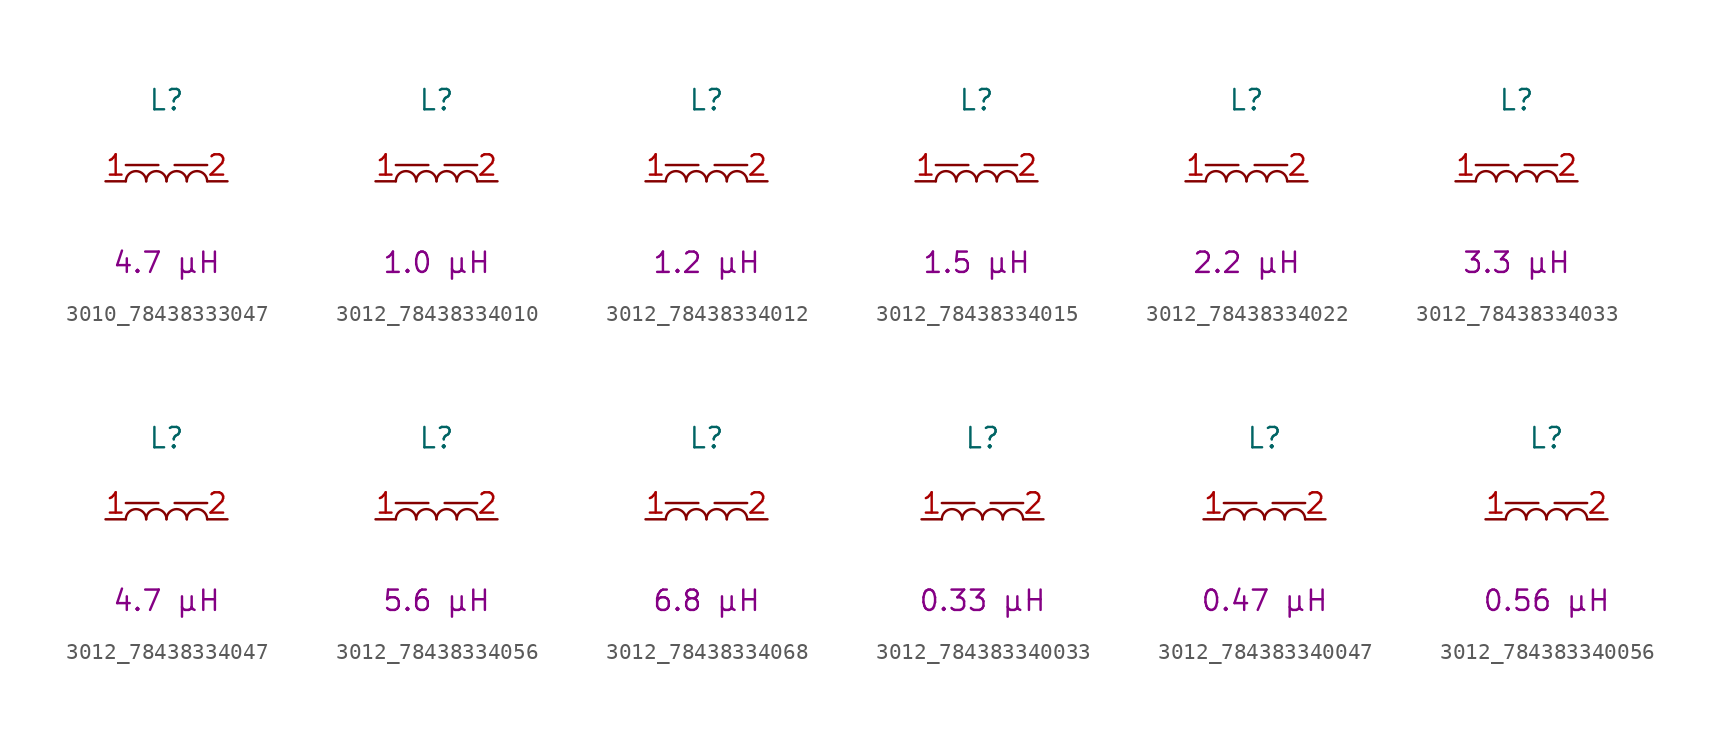
<source format=kicad_sym>
(kicad_symbol_lib
  (version 20220914)
  (generator kicad_symbol_editor)
  (symbol "3010_78438333047"
    (pin_names hide)
    (property "Reference" "L"
      (at 0 5.08 0)
      (effects (font (size 1.27 1.27))))
    (property "Critical Parameter" "4.7 µH"
      (at 0 -5.08 0)
      (effects (font (size 1.27 1.27))))
    (symbol "3010_78438333047_0_1"
      (arc (start -1.27 0) (mid -1.905 0.6323) (end -2.54 0) (stroke (width 0) (type default)) (fill (type none)))
      (arc (start 0 0) (mid -0.635 0.6323) (end -1.27 0) (stroke (width 0) (type default)) (fill (type none)))
      (polyline (pts (xy -2.54 1.016) (xy -0.508 1.016)) (stroke (width 0) (type default)) (fill (type none)))
      (arc (start 1.27 0) (mid 0.635 0.6323) (end 0 0) (stroke (width 0) (type default)) (fill (type none)))
      (arc (start 2.54 0) (mid 1.905 0.6323) (end 1.27 0) (stroke (width 0) (type default)) (fill (type none))))
    (symbol "3010_78438333047_1_1"
      (polyline (pts (xy 2.54 1.016) (xy 0.508 1.016)) (stroke (width 0) (type default)) (fill (type none)))
      (pin passive line (at -3.81 0 0) (length 1.27) (name "1" (effects (font (size 1.27 1.27)))) (number "1" (effects (font (size 1.27 1.27)))))
      (pin passive line (at 3.81 0 180) (length 1.27) (name "2" (effects (font (size 1.27 1.27)))) (number "2" (effects (font (size 1.27 1.27)))))))
  (symbol "3012_78438334010"
    (pin_names hide)
    (property "Reference" "L"
      (at 0 5.08 0)
      (effects (font (size 1.27 1.27))))
    (property "Critical Parameter" "1.0 µH"
      (at 0 -5.08 0)
      (effects (font (size 1.27 1.27))))
    (symbol "3012_78438334010_0_1"
      (arc (start -1.27 0) (mid -1.905 0.6323) (end -2.54 0) (stroke (width 0) (type default)) (fill (type none)))
      (arc (start 0 0) (mid -0.635 0.6323) (end -1.27 0) (stroke (width 0) (type default)) (fill (type none)))
      (polyline (pts (xy -2.54 1.016) (xy -0.508 1.016)) (stroke (width 0) (type default)) (fill (type none)))
      (arc (start 1.27 0) (mid 0.635 0.6323) (end 0 0) (stroke (width 0) (type default)) (fill (type none)))
      (arc (start 2.54 0) (mid 1.905 0.6323) (end 1.27 0) (stroke (width 0) (type default)) (fill (type none))))
    (symbol "3012_78438334010_1_1"
      (polyline (pts (xy 2.54 1.016) (xy 0.508 1.016)) (stroke (width 0) (type default)) (fill (type none)))
      (pin passive line (at -3.81 0 0) (length 1.27) (name "1" (effects (font (size 1.27 1.27)))) (number "1" (effects (font (size 1.27 1.27)))))
      (pin passive line (at 3.81 0 180) (length 1.27) (name "2" (effects (font (size 1.27 1.27)))) (number "2" (effects (font (size 1.27 1.27)))))))
  (symbol "3012_78438334012"
    (pin_names hide)
    (property "Reference" "L"
      (at 0 5.08 0)
      (effects (font (size 1.27 1.27))))
    (property "Critical Parameter" "1.2 µH"
      (at 0 -5.08 0)
      (effects (font (size 1.27 1.27))))
    (symbol "3012_78438334012_0_1"
      (arc (start -1.27 0) (mid -1.905 0.6323) (end -2.54 0) (stroke (width 0) (type default)) (fill (type none)))
      (arc (start 0 0) (mid -0.635 0.6323) (end -1.27 0) (stroke (width 0) (type default)) (fill (type none)))
      (polyline (pts (xy -2.54 1.016) (xy -0.508 1.016)) (stroke (width 0) (type default)) (fill (type none)))
      (arc (start 1.27 0) (mid 0.635 0.6323) (end 0 0) (stroke (width 0) (type default)) (fill (type none)))
      (arc (start 2.54 0) (mid 1.905 0.6323) (end 1.27 0) (stroke (width 0) (type default)) (fill (type none))))
    (symbol "3012_78438334012_1_1"
      (polyline (pts (xy 2.54 1.016) (xy 0.508 1.016)) (stroke (width 0) (type default)) (fill (type none)))
      (pin passive line (at -3.81 0 0) (length 1.27) (name "1" (effects (font (size 1.27 1.27)))) (number "1" (effects (font (size 1.27 1.27)))))
      (pin passive line (at 3.81 0 180) (length 1.27) (name "2" (effects (font (size 1.27 1.27)))) (number "2" (effects (font (size 1.27 1.27)))))))
  (symbol "3012_78438334015"
    (pin_names hide)
    (property "Reference" "L"
      (at 0 5.08 0)
      (effects (font (size 1.27 1.27))))
    (property "Critical Parameter" "1.5 µH"
      (at 0 -5.08 0)
      (effects (font (size 1.27 1.27))))
    (symbol "3012_78438334015_0_1"
      (arc (start -1.27 0) (mid -1.905 0.6323) (end -2.54 0) (stroke (width 0) (type default)) (fill (type none)))
      (arc (start 0 0) (mid -0.635 0.6323) (end -1.27 0) (stroke (width 0) (type default)) (fill (type none)))
      (polyline (pts (xy -2.54 1.016) (xy -0.508 1.016)) (stroke (width 0) (type default)) (fill (type none)))
      (arc (start 1.27 0) (mid 0.635 0.6323) (end 0 0) (stroke (width 0) (type default)) (fill (type none)))
      (arc (start 2.54 0) (mid 1.905 0.6323) (end 1.27 0) (stroke (width 0) (type default)) (fill (type none))))
    (symbol "3012_78438334015_1_1"
      (polyline (pts (xy 2.54 1.016) (xy 0.508 1.016)) (stroke (width 0) (type default)) (fill (type none)))
      (pin passive line (at -3.81 0 0) (length 1.27) (name "1" (effects (font (size 1.27 1.27)))) (number "1" (effects (font (size 1.27 1.27)))))
      (pin passive line (at 3.81 0 180) (length 1.27) (name "2" (effects (font (size 1.27 1.27)))) (number "2" (effects (font (size 1.27 1.27)))))))
  (symbol "3012_78438334022"
    (pin_names hide)
    (property "Reference" "L"
      (at 0 5.08 0)
      (effects (font (size 1.27 1.27))))
    (property "Critical Parameter" "2.2 µH"
      (at 0 -5.08 0)
      (effects (font (size 1.27 1.27))))
    (symbol "3012_78438334022_0_1"
      (arc (start -1.27 0) (mid -1.905 0.6323) (end -2.54 0) (stroke (width 0) (type default)) (fill (type none)))
      (arc (start 0 0) (mid -0.635 0.6323) (end -1.27 0) (stroke (width 0) (type default)) (fill (type none)))
      (polyline (pts (xy -2.54 1.016) (xy -0.508 1.016)) (stroke (width 0) (type default)) (fill (type none)))
      (arc (start 1.27 0) (mid 0.635 0.6323) (end 0 0) (stroke (width 0) (type default)) (fill (type none)))
      (arc (start 2.54 0) (mid 1.905 0.6323) (end 1.27 0) (stroke (width 0) (type default)) (fill (type none))))
    (symbol "3012_78438334022_1_1"
      (polyline (pts (xy 2.54 1.016) (xy 0.508 1.016)) (stroke (width 0) (type default)) (fill (type none)))
      (pin passive line (at -3.81 0 0) (length 1.27) (name "1" (effects (font (size 1.27 1.27)))) (number "1" (effects (font (size 1.27 1.27)))))
      (pin passive line (at 3.81 0 180) (length 1.27) (name "2" (effects (font (size 1.27 1.27)))) (number "2" (effects (font (size 1.27 1.27)))))))
  (symbol "3012_78438334033"
    (pin_names hide)
    (property "Reference" "L"
      (at 0 5.08 0)
      (effects (font (size 1.27 1.27))))
    (property "Critical Parameter" "3.3 µH"
      (at 0 -5.08 0)
      (effects (font (size 1.27 1.27))))
    (symbol "3012_78438334033_0_1"
      (arc (start -1.27 0) (mid -1.905 0.6323) (end -2.54 0) (stroke (width 0) (type default)) (fill (type none)))
      (arc (start 0 0) (mid -0.635 0.6323) (end -1.27 0) (stroke (width 0) (type default)) (fill (type none)))
      (polyline (pts (xy -2.54 1.016) (xy -0.508 1.016)) (stroke (width 0) (type default)) (fill (type none)))
      (arc (start 1.27 0) (mid 0.635 0.6323) (end 0 0) (stroke (width 0) (type default)) (fill (type none)))
      (arc (start 2.54 0) (mid 1.905 0.6323) (end 1.27 0) (stroke (width 0) (type default)) (fill (type none))))
    (symbol "3012_78438334033_1_1"
      (polyline (pts (xy 2.54 1.016) (xy 0.508 1.016)) (stroke (width 0) (type default)) (fill (type none)))
      (pin passive line (at -3.81 0 0) (length 1.27) (name "1" (effects (font (size 1.27 1.27)))) (number "1" (effects (font (size 1.27 1.27)))))
      (pin passive line (at 3.81 0 180) (length 1.27) (name "2" (effects (font (size 1.27 1.27)))) (number "2" (effects (font (size 1.27 1.27)))))))
  (symbol "3012_78438334047"
    (pin_names hide)
    (property "Reference" "L"
      (at 0 5.08 0)
      (effects (font (size 1.27 1.27))))
    (property "Critical Parameter" "4.7 µH"
      (at 0 -5.08 0)
      (effects (font (size 1.27 1.27))))
    (symbol "3012_78438334047_0_1"
      (arc (start -1.27 0) (mid -1.905 0.6323) (end -2.54 0) (stroke (width 0) (type default)) (fill (type none)))
      (arc (start 0 0) (mid -0.635 0.6323) (end -1.27 0) (stroke (width 0) (type default)) (fill (type none)))
      (polyline (pts (xy -2.54 1.016) (xy -0.508 1.016)) (stroke (width 0) (type default)) (fill (type none)))
      (arc (start 1.27 0) (mid 0.635 0.6323) (end 0 0) (stroke (width 0) (type default)) (fill (type none)))
      (arc (start 2.54 0) (mid 1.905 0.6323) (end 1.27 0) (stroke (width 0) (type default)) (fill (type none))))
    (symbol "3012_78438334047_1_1"
      (polyline (pts (xy 2.54 1.016) (xy 0.508 1.016)) (stroke (width 0) (type default)) (fill (type none)))
      (pin passive line (at -3.81 0 0) (length 1.27) (name "1" (effects (font (size 1.27 1.27)))) (number "1" (effects (font (size 1.27 1.27)))))
      (pin passive line (at 3.81 0 180) (length 1.27) (name "2" (effects (font (size 1.27 1.27)))) (number "2" (effects (font (size 1.27 1.27)))))))
  (symbol "3012_78438334056"
    (pin_names hide)
    (property "Reference" "L"
      (at 0 5.08 0)
      (effects (font (size 1.27 1.27))))
    (property "Critical Parameter" "5.6 µH"
      (at 0 -5.08 0)
      (effects (font (size 1.27 1.27))))
    (symbol "3012_78438334056_0_1"
      (arc (start -1.27 0) (mid -1.905 0.6323) (end -2.54 0) (stroke (width 0) (type default)) (fill (type none)))
      (arc (start 0 0) (mid -0.635 0.6323) (end -1.27 0) (stroke (width 0) (type default)) (fill (type none)))
      (polyline (pts (xy -2.54 1.016) (xy -0.508 1.016)) (stroke (width 0) (type default)) (fill (type none)))
      (arc (start 1.27 0) (mid 0.635 0.6323) (end 0 0) (stroke (width 0) (type default)) (fill (type none)))
      (arc (start 2.54 0) (mid 1.905 0.6323) (end 1.27 0) (stroke (width 0) (type default)) (fill (type none))))
    (symbol "3012_78438334056_1_1"
      (polyline (pts (xy 2.54 1.016) (xy 0.508 1.016)) (stroke (width 0) (type default)) (fill (type none)))
      (pin passive line (at -3.81 0 0) (length 1.27) (name "1" (effects (font (size 1.27 1.27)))) (number "1" (effects (font (size 1.27 1.27)))))
      (pin passive line (at 3.81 0 180) (length 1.27) (name "2" (effects (font (size 1.27 1.27)))) (number "2" (effects (font (size 1.27 1.27)))))))
  (symbol "3012_78438334068"
    (pin_names hide)
    (property "Reference" "L"
      (at 0 5.08 0)
      (effects (font (size 1.27 1.27))))
    (property "Critical Parameter" "6.8 µH"
      (at 0 -5.08 0)
      (effects (font (size 1.27 1.27))))
    (symbol "3012_78438334068_0_1"
      (arc (start -1.27 0) (mid -1.905 0.6323) (end -2.54 0) (stroke (width 0) (type default)) (fill (type none)))
      (arc (start 0 0) (mid -0.635 0.6323) (end -1.27 0) (stroke (width 0) (type default)) (fill (type none)))
      (polyline (pts (xy -2.54 1.016) (xy -0.508 1.016)) (stroke (width 0) (type default)) (fill (type none)))
      (arc (start 1.27 0) (mid 0.635 0.6323) (end 0 0) (stroke (width 0) (type default)) (fill (type none)))
      (arc (start 2.54 0) (mid 1.905 0.6323) (end 1.27 0) (stroke (width 0) (type default)) (fill (type none))))
    (symbol "3012_78438334068_1_1"
      (polyline (pts (xy 2.54 1.016) (xy 0.508 1.016)) (stroke (width 0) (type default)) (fill (type none)))
      (pin passive line (at -3.81 0 0) (length 1.27) (name "1" (effects (font (size 1.27 1.27)))) (number "1" (effects (font (size 1.27 1.27)))))
      (pin passive line (at 3.81 0 180) (length 1.27) (name "2" (effects (font (size 1.27 1.27)))) (number "2" (effects (font (size 1.27 1.27)))))))
  (symbol "3012_784383340033"
    (pin_names hide)
    (property "Reference" "L"
      (at 0 5.08 0)
      (effects (font (size 1.27 1.27))))
    (property "Critical Parameter" "0.33 µH"
      (at 0 -5.08 0)
      (effects (font (size 1.27 1.27))))
    (symbol "3012_784383340033_0_1"
      (arc (start -1.27 0) (mid -1.905 0.6323) (end -2.54 0) (stroke (width 0) (type default)) (fill (type none)))
      (arc (start 0 0) (mid -0.635 0.6323) (end -1.27 0) (stroke (width 0) (type default)) (fill (type none)))
      (polyline (pts (xy -2.54 1.016) (xy -0.508 1.016)) (stroke (width 0) (type default)) (fill (type none)))
      (arc (start 1.27 0) (mid 0.635 0.6323) (end 0 0) (stroke (width 0) (type default)) (fill (type none)))
      (arc (start 2.54 0) (mid 1.905 0.6323) (end 1.27 0) (stroke (width 0) (type default)) (fill (type none))))
    (symbol "3012_784383340033_1_1"
      (polyline (pts (xy 2.54 1.016) (xy 0.508 1.016)) (stroke (width 0) (type default)) (fill (type none)))
      (pin passive line (at -3.81 0 0) (length 1.27) (name "1" (effects (font (size 1.27 1.27)))) (number "1" (effects (font (size 1.27 1.27)))))
      (pin passive line (at 3.81 0 180) (length 1.27) (name "2" (effects (font (size 1.27 1.27)))) (number "2" (effects (font (size 1.27 1.27)))))))
  (symbol "3012_784383340047"
    (pin_names hide)
    (property "Reference" "L"
      (at 0 5.08 0)
      (effects (font (size 1.27 1.27))))
    (property "Critical Parameter" "0.47 µH"
      (at 0 -5.08 0)
      (effects (font (size 1.27 1.27))))
    (symbol "3012_784383340047_0_1"
      (arc (start -1.27 0) (mid -1.905 0.6323) (end -2.54 0) (stroke (width 0) (type default)) (fill (type none)))
      (arc (start 0 0) (mid -0.635 0.6323) (end -1.27 0) (stroke (width 0) (type default)) (fill (type none)))
      (polyline (pts (xy -2.54 1.016) (xy -0.508 1.016)) (stroke (width 0) (type default)) (fill (type none)))
      (arc (start 1.27 0) (mid 0.635 0.6323) (end 0 0) (stroke (width 0) (type default)) (fill (type none)))
      (arc (start 2.54 0) (mid 1.905 0.6323) (end 1.27 0) (stroke (width 0) (type default)) (fill (type none))))
    (symbol "3012_784383340047_1_1"
      (polyline (pts (xy 2.54 1.016) (xy 0.508 1.016)) (stroke (width 0) (type default)) (fill (type none)))
      (pin passive line (at -3.81 0 0) (length 1.27) (name "1" (effects (font (size 1.27 1.27)))) (number "1" (effects (font (size 1.27 1.27)))))
      (pin passive line (at 3.81 0 180) (length 1.27) (name "2" (effects (font (size 1.27 1.27)))) (number "2" (effects (font (size 1.27 1.27)))))))
  (symbol "3012_784383340056"
    (pin_names hide)
    (property "Reference" "L"
      (at 0 5.08 0)
      (effects (font (size 1.27 1.27))))
    (property "Critical Parameter" "0.56 µH"
      (at 0 -5.08 0)
      (effects (font (size 1.27 1.27))))
    (symbol "3012_784383340056_0_1"
      (arc (start -1.27 0) (mid -1.905 0.6323) (end -2.54 0) (stroke (width 0) (type default)) (fill (type none)))
      (arc (start 0 0) (mid -0.635 0.6323) (end -1.27 0) (stroke (width 0) (type default)) (fill (type none)))
      (polyline (pts (xy -2.54 1.016) (xy -0.508 1.016)) (stroke (width 0) (type default)) (fill (type none)))
      (arc (start 1.27 0) (mid 0.635 0.6323) (end 0 0) (stroke (width 0) (type default)) (fill (type none)))
      (arc (start 2.54 0) (mid 1.905 0.6323) (end 1.27 0) (stroke (width 0) (type default)) (fill (type none))))
    (symbol "3012_784383340056_1_1"
      (polyline (pts (xy 2.54 1.016) (xy 0.508 1.016)) (stroke (width 0) (type default)) (fill (type none)))
      (pin passive line (at -3.81 0 0) (length 1.27) (name "1" (effects (font (size 1.27 1.27)))) (number "1" (effects (font (size 1.27 1.27)))))
      (pin passive line (at 3.81 0 180) (length 1.27) (name "2" (effects (font (size 1.27 1.27)))) (number "2" (effects (font (size 1.27 1.27))))))))
</source>
